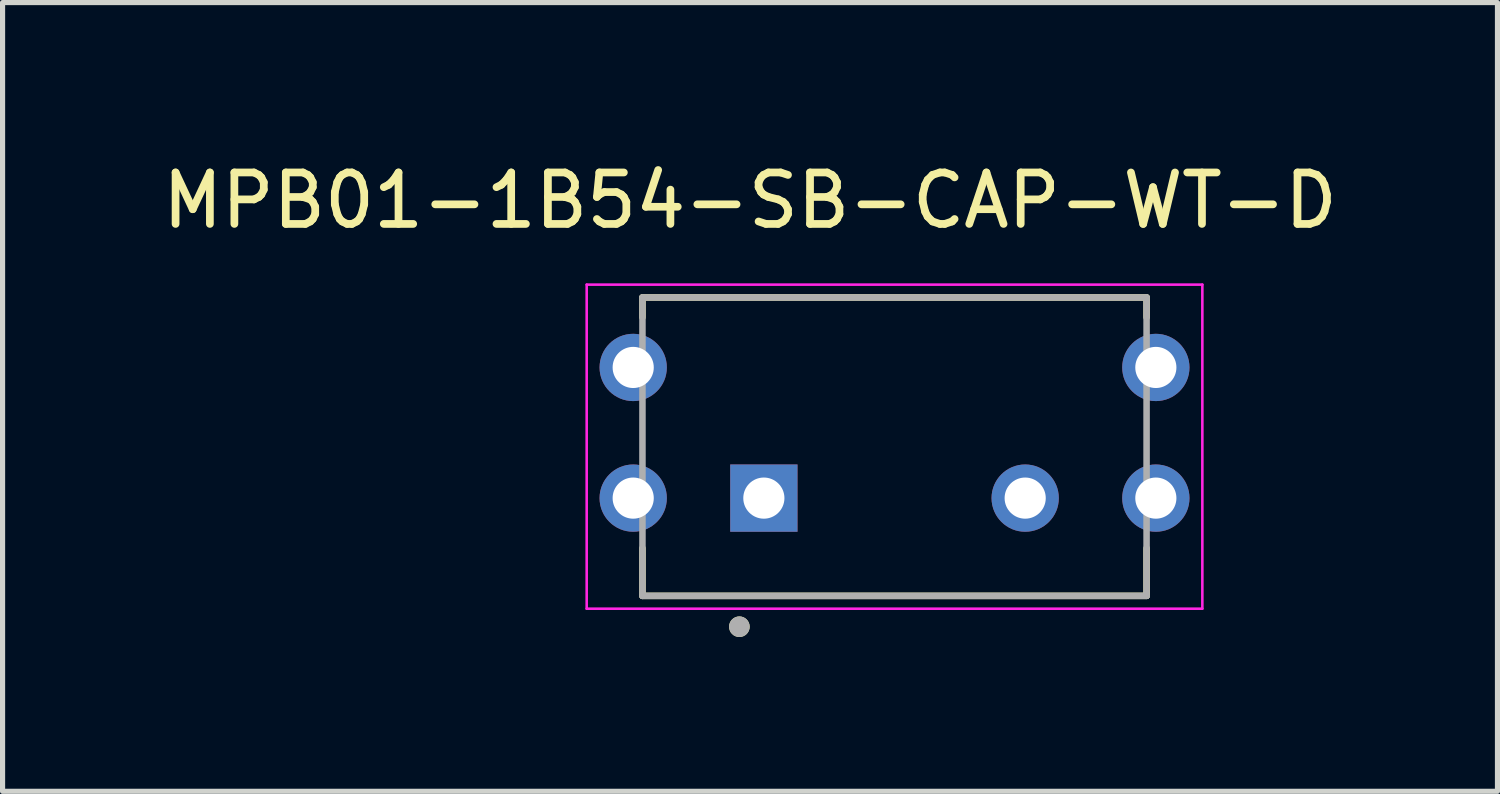
<source format=kicad_pcb>
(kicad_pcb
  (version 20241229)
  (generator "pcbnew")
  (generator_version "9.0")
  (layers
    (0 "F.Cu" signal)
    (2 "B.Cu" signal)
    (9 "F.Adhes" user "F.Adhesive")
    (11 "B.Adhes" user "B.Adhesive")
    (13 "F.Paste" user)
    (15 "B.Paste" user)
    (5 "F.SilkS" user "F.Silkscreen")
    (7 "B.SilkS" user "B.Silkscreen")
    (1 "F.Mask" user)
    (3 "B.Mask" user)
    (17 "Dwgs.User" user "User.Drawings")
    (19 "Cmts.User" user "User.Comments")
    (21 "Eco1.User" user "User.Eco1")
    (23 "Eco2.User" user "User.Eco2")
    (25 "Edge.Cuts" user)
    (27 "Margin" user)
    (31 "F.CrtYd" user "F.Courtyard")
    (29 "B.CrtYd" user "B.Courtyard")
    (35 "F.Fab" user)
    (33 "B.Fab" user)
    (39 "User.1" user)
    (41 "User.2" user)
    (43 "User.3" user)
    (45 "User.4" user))
  (footprint "MPB01-1B54-SB-CAP-WT-D"
    (layer "F.Cu")
    (at 14.339 5.633)
    (property "Reference" "MPB01-1B54-SB-CAP-WT-D" (at -2.809 -4.785 0) (layer "F.SilkS") (effects (font (size 1 1) (thickness 0.15))))
    (attr through_hole)
    (fp_line (start -4.9 -2.9) (end 4.9 -2.9) (stroke (width 0.127) (type solid)) (layer "F.SilkS"))
    (fp_line (start -4.9 -2.514) (end -4.9 -2.9) (stroke (width 0.127) (type solid)) (layer "F.SilkS"))
    (fp_line (start -4.9 2.9) (end -4.9 1.974) (stroke (width 0.127) (type solid)) (layer "F.SilkS"))
    (fp_line (start 4.9 -2.9) (end 4.9 -2.514) (stroke (width 0.127) (type solid)) (layer "F.SilkS"))
    (fp_line (start 4.9 2.9) (end -4.9 2.9) (stroke (width 0.127) (type solid)) (layer "F.SilkS"))
    (fp_line (start 4.9 2.9) (end 4.9 1.974) (stroke (width 0.127) (type solid)) (layer "F.SilkS"))
    (fp_circle (center -3.016 3.5) (end -2.916 3.5) (stroke (width 0.2) (type solid)) (fill no) (layer "F.SilkS"))
    (fp_line (start -5.984 -3.15) (end -5.984 3.15) (stroke (width 0.05) (type solid)) (layer "F.CrtYd"))
    (fp_line (start -5.984 3.15) (end 5.984 3.15) (stroke (width 0.05) (type solid)) (layer "F.CrtYd"))
    (fp_line (start 5.984 -3.15) (end -5.984 -3.15) (stroke (width 0.05) (type solid)) (layer "F.CrtYd"))
    (fp_line (start 5.984 3.15) (end 5.984 -3.15) (stroke (width 0.05) (type solid)) (layer "F.CrtYd"))
    (fp_line (start -4.9 -2.9) (end 4.9 -2.9) (stroke (width 0.127) (type solid)) (layer "F.Fab"))
    (fp_line (start -4.9 2.9) (end -4.9 -2.9) (stroke (width 0.127) (type solid)) (layer "F.Fab"))
    (fp_line (start 4.9 -2.9) (end 4.9 2.9) (stroke (width 0.127) (type solid)) (layer "F.Fab"))
    (fp_line (start 4.9 2.9) (end -4.9 2.9) (stroke (width 0.127) (type solid)) (layer "F.Fab"))
    (fp_circle (center -3.016 3.5) (end -2.916 3.5) (stroke (width 0.2) (type solid)) (fill no) (layer "F.Fab"))
    (pad "1" thru_hole rect (at -2.54 1) (size 1.308 1.308) (drill 0.8) (layers "*.Cu" "*.Mask"))
    (pad "3" thru_hole circle (at 2.54 1) (size 1.308 1.308) (drill 0.8) (layers "*.Cu" "*.Mask"))
    (pad "S1" thru_hole circle (at 5.08 1) (size 1.308 1.308) (drill 0.8) (layers "*.Cu" "*.Mask"))
    (pad "S2" thru_hole circle (at -5.08 1) (size 1.308 1.308) (drill 0.8) (layers "*.Cu" "*.Mask"))
    (pad "S3" thru_hole circle (at 5.08 -1.54) (size 1.308 1.308) (drill 0.8) (layers "*.Cu" "*.Mask"))
    (pad "S4" thru_hole circle (at -5.08 -1.54) (size 1.308 1.308) (drill 0.8) (layers "*.Cu" "*.Mask")))
  (gr_rect
    (start -3 -3)
    (end 26.06 12.333)
    (stroke (width 0.1) (type default))
    (fill no)
    (layer "Edge.Cuts")))
</source>
